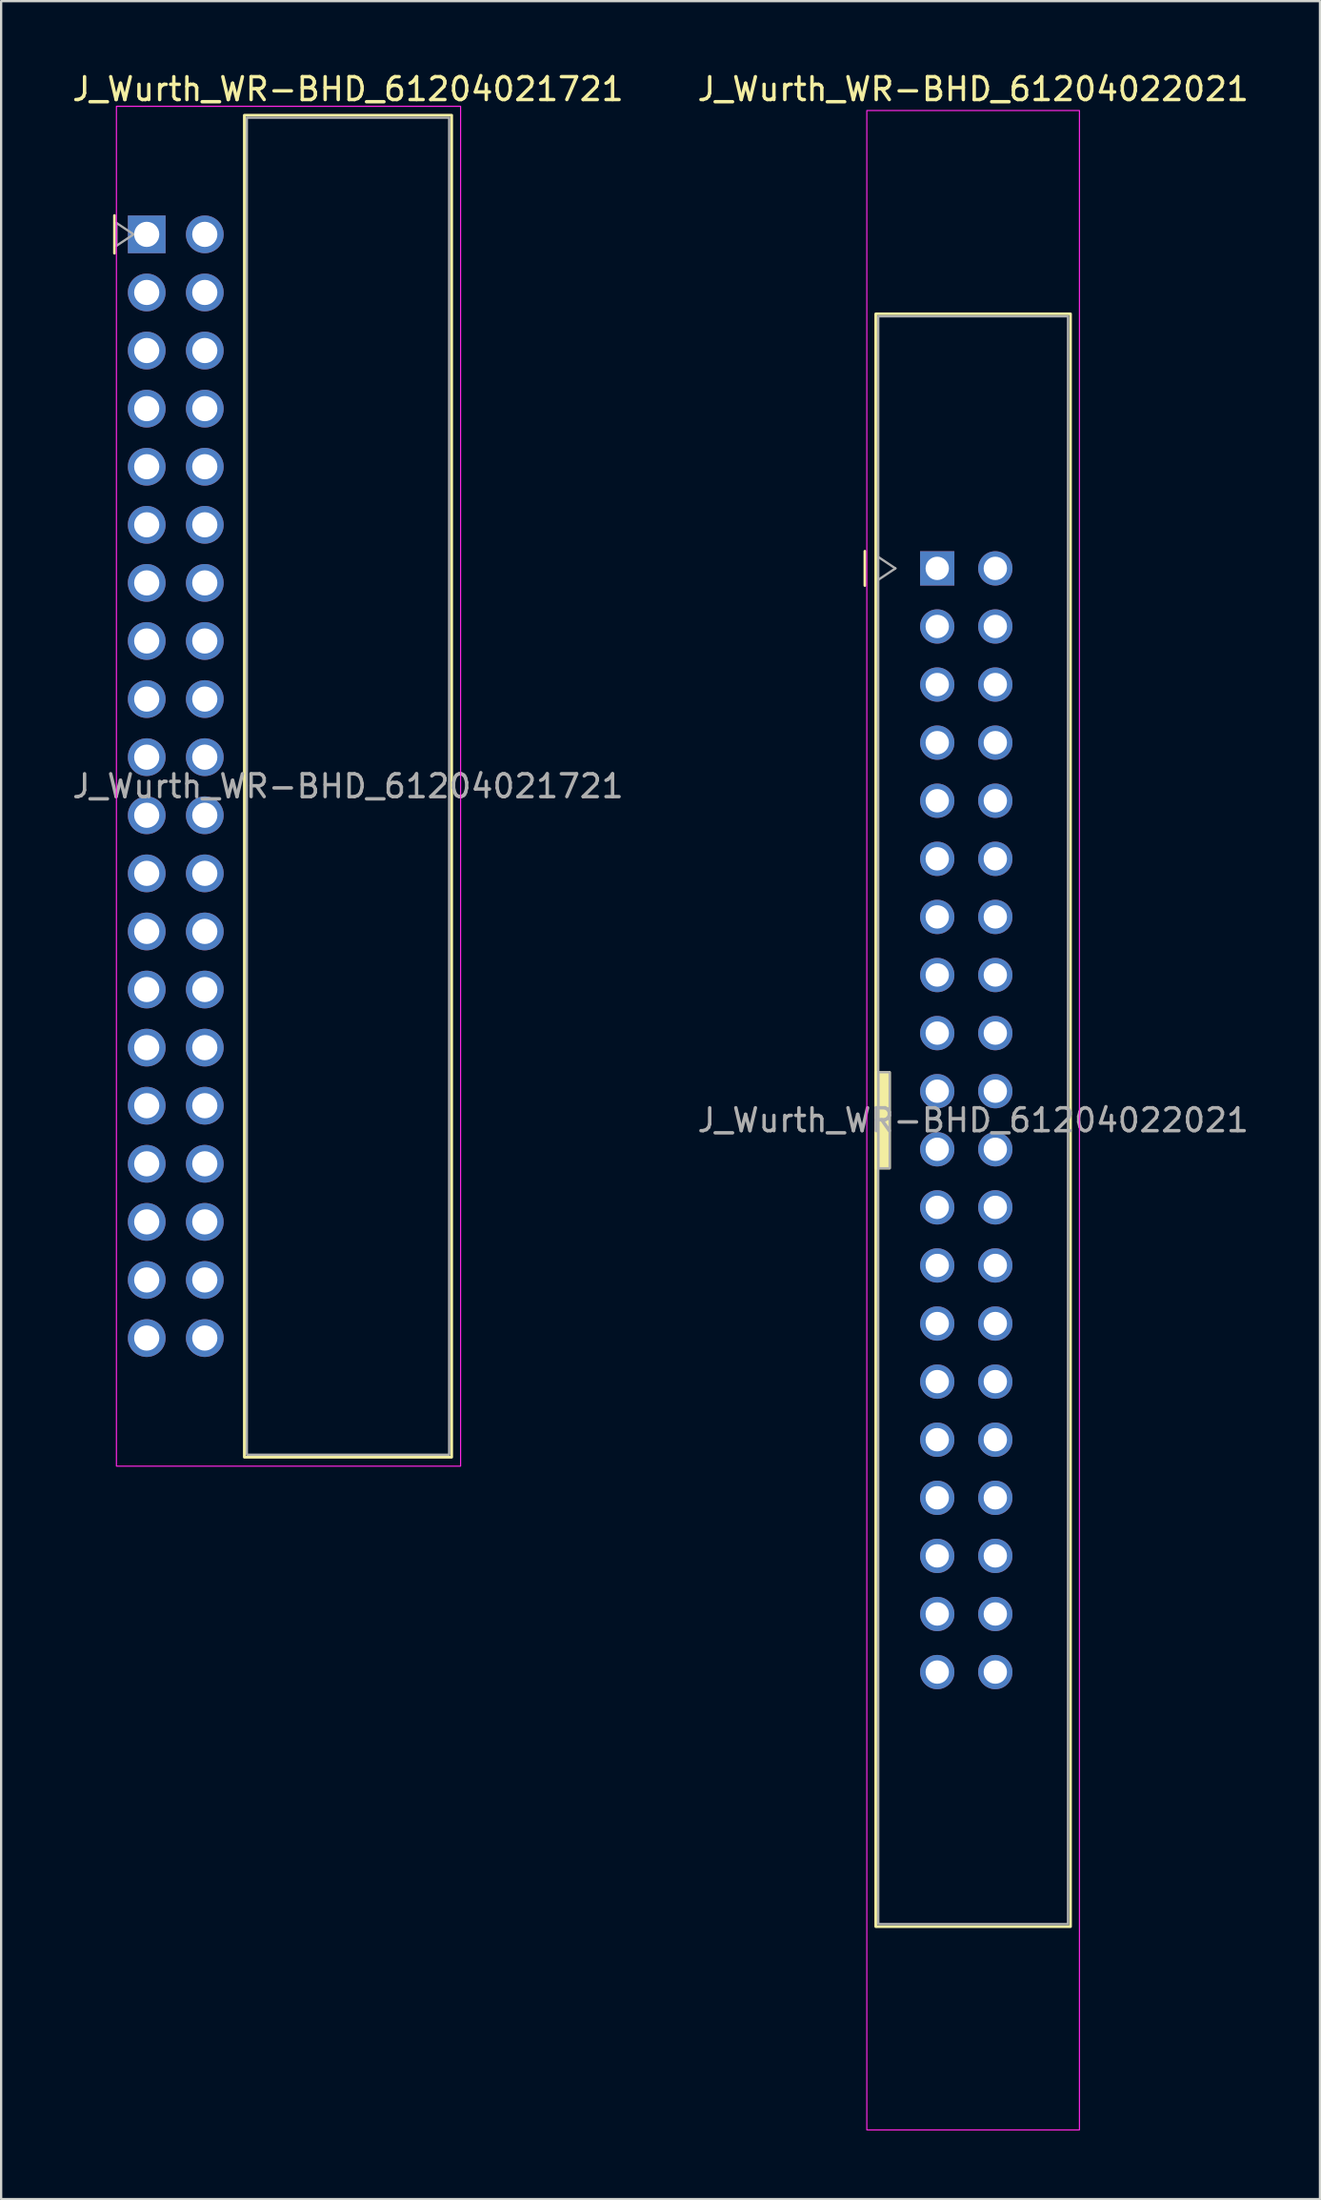
<source format=kicad_pcb>
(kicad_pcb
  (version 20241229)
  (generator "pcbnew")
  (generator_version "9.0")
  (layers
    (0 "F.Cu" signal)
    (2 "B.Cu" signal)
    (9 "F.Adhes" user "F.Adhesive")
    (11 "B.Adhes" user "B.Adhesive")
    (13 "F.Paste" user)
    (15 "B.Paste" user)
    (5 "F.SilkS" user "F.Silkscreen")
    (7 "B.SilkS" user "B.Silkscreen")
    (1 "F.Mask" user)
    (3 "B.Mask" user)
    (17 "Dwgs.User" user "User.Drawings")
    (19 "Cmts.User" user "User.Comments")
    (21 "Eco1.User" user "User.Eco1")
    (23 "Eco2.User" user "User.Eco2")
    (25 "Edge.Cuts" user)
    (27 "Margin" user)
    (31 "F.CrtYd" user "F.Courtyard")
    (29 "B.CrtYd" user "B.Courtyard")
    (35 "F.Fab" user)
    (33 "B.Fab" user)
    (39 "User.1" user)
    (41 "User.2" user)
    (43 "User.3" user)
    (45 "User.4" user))
  (footprint "J_Wurth_WR-BHD_61204022021"
    (layer "F.Cu")
    (at 37.948 21.803)
    (property "Reference" "J_Wurth_WR-BHD_61204022021" (at 1.57 -20.955 0) (unlocked yes) (layer "F.SilkS") (effects (font (size 1 1) (thickness 0.15))))
    (attr through_hole)
    (fp_line (start -3.165 -0.75) (end -3.165 0.75) (stroke (width 0.12) (type solid)) (layer "F.SilkS"))
    (fp_rect (start -2.69 -11.13) (end 5.83 59.39) (stroke (width 0.12) (type solid)) (fill no) (layer "F.SilkS"))
    (fp_rect (start -2.69 22.03) (end -2.08 26.23) (stroke (width 0.1) (type solid)) (fill yes) (layer "F.SilkS"))
    (fp_rect (start -3.08 -20.02) (end 6.22 68.28) (stroke (width 0.05) (type solid)) (fill no) (layer "F.CrtYd"))
    (fp_line (start -1.83 0) (end -2.58 -0.5) (stroke (width 0.1) (type solid)) (layer "F.Fab"))
    (fp_line (start -1.83 0) (end -2.58 0.5) (stroke (width 0.1) (type solid)) (layer "F.Fab"))
    (fp_rect (start -2.58 -11.02) (end 5.72 59.28) (stroke (width 0.1) (type solid)) (fill no) (layer "F.Fab"))
    (fp_rect (start -2.58 22.03) (end -2.08 26.23) (stroke (width 0.1) (type solid)) (fill no) (layer "F.Fab"))
    (fp_text user "${REFERENCE}" (at 1.57 24.13 0) (unlocked yes) (layer "F.Fab") (effects (font (size 1 1) (thickness 0.15))))
    (pad "1" thru_hole rect (at 0 0 270) (size 1.5 1.5) (drill 1.02) (layers "*.Cu" "*.Mask"))
    (pad "2" thru_hole circle (at 2.54 0 270) (size 1.5 1.5) (drill 1.02) (layers "*.Cu" "*.Mask"))
    (pad "3" thru_hole circle (at 0 2.54 270) (size 1.5 1.5) (drill 1.02) (layers "*.Cu" "*.Mask"))
    (pad "4" thru_hole circle (at 2.54 2.54 270) (size 1.5 1.5) (drill 1.02) (layers "*.Cu" "*.Mask"))
    (pad "5" thru_hole circle (at 0 5.08 270) (size 1.5 1.5) (drill 1.02) (layers "*.Cu" "*.Mask"))
    (pad "6" thru_hole circle (at 2.54 5.08 270) (size 1.5 1.5) (drill 1.02) (layers "*.Cu" "*.Mask"))
    (pad "7" thru_hole circle (at 0 7.62 270) (size 1.5 1.5) (drill 1.02) (layers "*.Cu" "*.Mask"))
    (pad "8" thru_hole circle (at 2.54 7.62 270) (size 1.5 1.5) (drill 1.02) (layers "*.Cu" "*.Mask"))
    (pad "9" thru_hole circle (at 0 10.16 270) (size 1.5 1.5) (drill 1.02) (layers "*.Cu" "*.Mask"))
    (pad "10" thru_hole circle (at 2.54 10.16 270) (size 1.5 1.5) (drill 1.02) (layers "*.Cu" "*.Mask"))
    (pad "11" thru_hole circle (at 0 12.7 270) (size 1.5 1.5) (drill 1.02) (layers "*.Cu" "*.Mask"))
    (pad "12" thru_hole circle (at 2.54 12.7 270) (size 1.5 1.5) (drill 1.02) (layers "*.Cu" "*.Mask"))
    (pad "13" thru_hole circle (at 0 15.24 270) (size 1.5 1.5) (drill 1.02) (layers "*.Cu" "*.Mask"))
    (pad "14" thru_hole circle (at 2.54 15.24 270) (size 1.5 1.5) (drill 1.02) (layers "*.Cu" "*.Mask"))
    (pad "15" thru_hole circle (at 0 17.78 270) (size 1.5 1.5) (drill 1.02) (layers "*.Cu" "*.Mask"))
    (pad "16" thru_hole circle (at 2.54 17.78 270) (size 1.5 1.5) (drill 1.02) (layers "*.Cu" "*.Mask"))
    (pad "17" thru_hole circle (at 0 20.32 270) (size 1.5 1.5) (drill 1.02) (layers "*.Cu" "*.Mask"))
    (pad "18" thru_hole circle (at 2.54 20.32 270) (size 1.5 1.5) (drill 1.02) (layers "*.Cu" "*.Mask"))
    (pad "19" thru_hole circle (at 0 22.86 270) (size 1.5 1.5) (drill 1.02) (layers "*.Cu" "*.Mask"))
    (pad "20" thru_hole circle (at 2.54 22.86 270) (size 1.5 1.5) (drill 1.02) (layers "*.Cu" "*.Mask"))
    (pad "21" thru_hole circle (at 0 25.4 270) (size 1.5 1.5) (drill 1.02) (layers "*.Cu" "*.Mask"))
    (pad "22" thru_hole circle (at 2.54 25.4 270) (size 1.5 1.5) (drill 1.02) (layers "*.Cu" "*.Mask"))
    (pad "23" thru_hole circle (at 0 27.94 270) (size 1.5 1.5) (drill 1.02) (layers "*.Cu" "*.Mask"))
    (pad "24" thru_hole circle (at 2.54 27.94 270) (size 1.5 1.5) (drill 1.02) (layers "*.Cu" "*.Mask"))
    (pad "25" thru_hole circle (at 0 30.48 270) (size 1.5 1.5) (drill 1.02) (layers "*.Cu" "*.Mask"))
    (pad "26" thru_hole circle (at 2.54 30.48 270) (size 1.5 1.5) (drill 1.02) (layers "*.Cu" "*.Mask"))
    (pad "27" thru_hole circle (at 0 33.02 270) (size 1.5 1.5) (drill 1.02) (layers "*.Cu" "*.Mask"))
    (pad "28" thru_hole circle (at 2.54 33.02 270) (size 1.5 1.5) (drill 1.02) (layers "*.Cu" "*.Mask"))
    (pad "29" thru_hole circle (at 0 35.56 270) (size 1.5 1.5) (drill 1.02) (layers "*.Cu" "*.Mask"))
    (pad "30" thru_hole circle (at 2.54 35.56 270) (size 1.5 1.5) (drill 1.02) (layers "*.Cu" "*.Mask"))
    (pad "31" thru_hole circle (at 0 38.1 270) (size 1.5 1.5) (drill 1.02) (layers "*.Cu" "*.Mask"))
    (pad "32" thru_hole circle (at 2.54 38.1 270) (size 1.5 1.5) (drill 1.02) (layers "*.Cu" "*.Mask"))
    (pad "33" thru_hole circle (at 0 40.64 270) (size 1.5 1.5) (drill 1.02) (layers "*.Cu" "*.Mask"))
    (pad "34" thru_hole circle (at 2.54 40.64 270) (size 1.5 1.5) (drill 1.02) (layers "*.Cu" "*.Mask"))
    (pad "35" thru_hole circle (at 0 43.18 270) (size 1.5 1.5) (drill 1.02) (layers "*.Cu" "*.Mask"))
    (pad "36" thru_hole circle (at 2.54 43.18 270) (size 1.5 1.5) (drill 1.02) (layers "*.Cu" "*.Mask"))
    (pad "37" thru_hole circle (at 0 45.72 270) (size 1.5 1.5) (drill 1.02) (layers "*.Cu" "*.Mask"))
    (pad "38" thru_hole circle (at 2.54 45.72 270) (size 1.5 1.5) (drill 1.02) (layers "*.Cu" "*.Mask"))
    (pad "39" thru_hole circle (at 0 48.26 270) (size 1.5 1.5) (drill 1.02) (layers "*.Cu" "*.Mask"))
    (pad "40" thru_hole circle (at 2.54 48.26 270) (size 1.5 1.5) (drill 1.02) (layers "*.Cu" "*.Mask")))
  (footprint "J_Wurth_WR-BHD_61204021721"
    (layer "F.Cu")
    (at 3.368 7.198)
    (property "Reference" "J_Wurth_WR-BHD_61204021721" (at 8.805 -6.35 0) (unlocked yes) (layer "F.SilkS") (effects (font (size 1 1) (thickness 0.15))))
    (attr through_hole)
    (fp_line (start -1.41 0.825) (end -1.41 -0.825) (stroke (width 0.12) (type solid)) (layer "F.SilkS"))
    (fp_rect (start 4.27 -5.21) (end 13.34 53.47) (stroke (width 0.12) (type solid)) (fill no) (layer "F.SilkS"))
    (fp_rect (start -1.325 -5.6) (end 13.73 53.86) (stroke (width 0.05) (type solid)) (fill no) (layer "F.CrtYd"))
    (fp_line (start -1.325 0.5) (end -1.325 -0.5) (stroke (width 0.1) (type default)) (layer "F.Fab"))
    (fp_line (start -0.575 0) (end -1.325 -0.5) (stroke (width 0.1) (type solid)) (layer "F.Fab"))
    (fp_line (start -0.575 0) (end -1.325 0.5) (stroke (width 0.1) (type solid)) (layer "F.Fab"))
    (fp_rect (start 4.38 -5.1) (end 13.23 53.36) (stroke (width 0.1) (type solid)) (fill no) (layer "F.Fab"))
    (fp_text user "${REFERENCE}" (at 8.805 24.13 0) (unlocked yes) (layer "F.Fab") (effects (font (size 1 1) (thickness 0.15))))
    (pad "1" thru_hole rect (at 0 0 90) (size 1.65 1.65) (drill 1.1) (layers "*.Cu" "*.Mask"))
    (pad "2" thru_hole circle (at 2.54 0 90) (size 1.65 1.65) (drill 1.1) (layers "*.Cu" "*.Mask"))
    (pad "3" thru_hole circle (at 0 2.54 90) (size 1.65 1.65) (drill 1.1) (layers "*.Cu" "*.Mask"))
    (pad "4" thru_hole circle (at 2.54 2.54 90) (size 1.65 1.65) (drill 1.1) (layers "*.Cu" "*.Mask"))
    (pad "5" thru_hole circle (at 0 5.08 90) (size 1.65 1.65) (drill 1.1) (layers "*.Cu" "*.Mask"))
    (pad "6" thru_hole circle (at 2.54 5.08 90) (size 1.65 1.65) (drill 1.1) (layers "*.Cu" "*.Mask"))
    (pad "7" thru_hole circle (at 0 7.62 90) (size 1.65 1.65) (drill 1.1) (layers "*.Cu" "*.Mask"))
    (pad "8" thru_hole circle (at 2.54 7.62 90) (size 1.65 1.65) (drill 1.1) (layers "*.Cu" "*.Mask"))
    (pad "9" thru_hole circle (at 0 10.16 90) (size 1.65 1.65) (drill 1.1) (layers "*.Cu" "*.Mask"))
    (pad "10" thru_hole circle (at 2.54 10.16 90) (size 1.65 1.65) (drill 1.1) (layers "*.Cu" "*.Mask"))
    (pad "11" thru_hole circle (at 0 12.7 90) (size 1.65 1.65) (drill 1.1) (layers "*.Cu" "*.Mask"))
    (pad "12" thru_hole circle (at 2.54 12.7 90) (size 1.65 1.65) (drill 1.1) (layers "*.Cu" "*.Mask"))
    (pad "13" thru_hole circle (at 0 15.24 90) (size 1.65 1.65) (drill 1.1) (layers "*.Cu" "*.Mask"))
    (pad "14" thru_hole circle (at 2.54 15.24 90) (size 1.65 1.65) (drill 1.1) (layers "*.Cu" "*.Mask"))
    (pad "15" thru_hole circle (at 0 17.78 90) (size 1.65 1.65) (drill 1.1) (layers "*.Cu" "*.Mask"))
    (pad "16" thru_hole circle (at 2.54 17.78 90) (size 1.65 1.65) (drill 1.1) (layers "*.Cu" "*.Mask"))
    (pad "17" thru_hole circle (at 0 20.32 90) (size 1.65 1.65) (drill 1.1) (layers "*.Cu" "*.Mask"))
    (pad "18" thru_hole circle (at 2.54 20.32 90) (size 1.65 1.65) (drill 1.1) (layers "*.Cu" "*.Mask"))
    (pad "19" thru_hole circle (at 0 22.86 90) (size 1.65 1.65) (drill 1.1) (layers "*.Cu" "*.Mask"))
    (pad "20" thru_hole circle (at 2.54 22.86 90) (size 1.65 1.65) (drill 1.1) (layers "*.Cu" "*.Mask"))
    (pad "21" thru_hole circle (at 0 25.4 90) (size 1.65 1.65) (drill 1.1) (layers "*.Cu" "*.Mask"))
    (pad "22" thru_hole circle (at 2.54 25.4 90) (size 1.65 1.65) (drill 1.1) (layers "*.Cu" "*.Mask"))
    (pad "23" thru_hole circle (at 0 27.94 90) (size 1.65 1.65) (drill 1.1) (layers "*.Cu" "*.Mask"))
    (pad "24" thru_hole circle (at 2.54 27.94 90) (size 1.65 1.65) (drill 1.1) (layers "*.Cu" "*.Mask"))
    (pad "25" thru_hole circle (at 0 30.48 90) (size 1.65 1.65) (drill 1.1) (layers "*.Cu" "*.Mask"))
    (pad "26" thru_hole circle (at 2.54 30.48 90) (size 1.65 1.65) (drill 1.1) (layers "*.Cu" "*.Mask"))
    (pad "27" thru_hole circle (at 0 33.02 90) (size 1.65 1.65) (drill 1.1) (layers "*.Cu" "*.Mask"))
    (pad "28" thru_hole circle (at 2.54 33.02 90) (size 1.65 1.65) (drill 1.1) (layers "*.Cu" "*.Mask"))
    (pad "29" thru_hole circle (at 0 35.56 90) (size 1.65 1.65) (drill 1.1) (layers "*.Cu" "*.Mask"))
    (pad "30" thru_hole circle (at 2.54 35.56 90) (size 1.65 1.65) (drill 1.1) (layers "*.Cu" "*.Mask"))
    (pad "31" thru_hole circle (at 0 38.1 90) (size 1.65 1.65) (drill 1.1) (layers "*.Cu" "*.Mask"))
    (pad "32" thru_hole circle (at 2.54 38.1 90) (size 1.65 1.65) (drill 1.1) (layers "*.Cu" "*.Mask"))
    (pad "33" thru_hole circle (at 0 40.64 90) (size 1.65 1.65) (drill 1.1) (layers "*.Cu" "*.Mask"))
    (pad "34" thru_hole circle (at 2.54 40.64 90) (size 1.65 1.65) (drill 1.1) (layers "*.Cu" "*.Mask"))
    (pad "35" thru_hole circle (at 0 43.18 90) (size 1.65 1.65) (drill 1.1) (layers "*.Cu" "*.Mask"))
    (pad "36" thru_hole circle (at 2.54 43.18 90) (size 1.65 1.65) (drill 1.1) (layers "*.Cu" "*.Mask"))
    (pad "37" thru_hole circle (at 0 45.72 90) (size 1.65 1.65) (drill 1.1) (layers "*.Cu" "*.Mask"))
    (pad "38" thru_hole circle (at 2.54 45.72 90) (size 1.65 1.65) (drill 1.1) (layers "*.Cu" "*.Mask"))
    (pad "39" thru_hole circle (at 0 48.26 90) (size 1.65 1.65) (drill 1.1) (layers "*.Cu" "*.Mask"))
    (pad "40" thru_hole circle (at 2.54 48.26 90) (size 1.65 1.65) (drill 1.1) (layers "*.Cu" "*.Mask")))
  (gr_rect
    (start -3 -3)
    (end 54.69 93.108)
    (stroke (width 0.1) (type default))
    (fill no)
    (layer "Edge.Cuts")))
</source>
